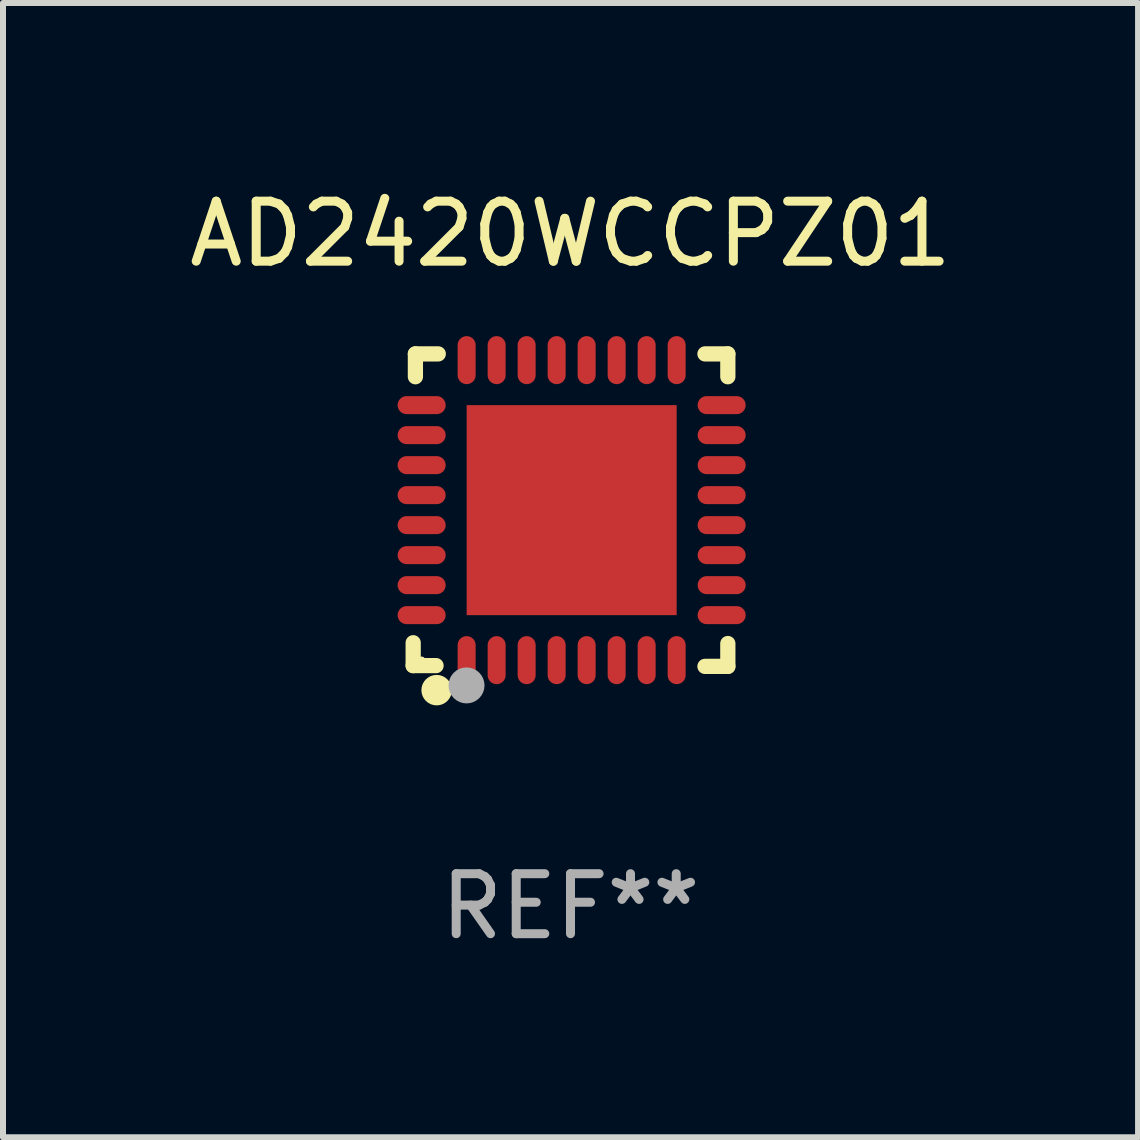
<source format=kicad_pcb>
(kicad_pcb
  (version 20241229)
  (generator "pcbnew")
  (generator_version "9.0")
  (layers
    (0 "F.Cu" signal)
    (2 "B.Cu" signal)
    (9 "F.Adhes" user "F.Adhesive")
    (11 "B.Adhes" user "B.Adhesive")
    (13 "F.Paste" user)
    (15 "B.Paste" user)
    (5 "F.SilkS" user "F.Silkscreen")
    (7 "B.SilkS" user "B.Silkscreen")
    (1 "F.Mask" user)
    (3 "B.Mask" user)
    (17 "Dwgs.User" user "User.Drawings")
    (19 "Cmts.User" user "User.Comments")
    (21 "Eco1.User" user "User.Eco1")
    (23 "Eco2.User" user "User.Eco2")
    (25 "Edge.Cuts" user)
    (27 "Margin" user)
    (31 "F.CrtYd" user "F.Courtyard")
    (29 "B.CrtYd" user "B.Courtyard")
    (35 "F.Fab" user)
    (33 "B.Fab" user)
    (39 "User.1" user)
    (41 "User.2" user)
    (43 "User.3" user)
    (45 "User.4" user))
  (footprint "AD2420WCCPZ01"
    (layer "F.Cu")
    (at 6.458 5.452)
    (property "Reference" "AD2420WCCPZ01" (at 0 -4.604 0) (layer "F.SilkS") (effects (font (size 1 1) (thickness 0.15))))
    (attr through_hole)
    (fp_line (start -2.622 2.21) (end -2.622 2.591) (stroke (width 0.254) (type solid)) (layer "F.SilkS"))
    (fp_line (start -2.622 2.591) (end -2.241 2.591) (stroke (width 0.254) (type solid)) (layer "F.SilkS"))
    (fp_line (start -2.585 -2.604) (end -2.585 -2.223) (stroke (width 0.254) (type solid)) (layer "F.SilkS"))
    (fp_line (start -2.204 -2.604) (end -2.585 -2.604) (stroke (width 0.254) (type solid)) (layer "F.SilkS"))
    (fp_line (start 2.241 2.604) (end 2.622 2.604) (stroke (width 0.254) (type solid)) (layer "F.SilkS"))
    (fp_line (start 2.622 -2.604) (end 2.241 -2.604) (stroke (width 0.254) (type solid)) (layer "F.SilkS"))
    (fp_line (start 2.622 -2.223) (end 2.622 -2.604) (stroke (width 0.254) (type solid)) (layer "F.SilkS"))
    (fp_line (start 2.622 2.604) (end 2.622 2.223) (stroke (width 0.254) (type solid)) (layer "F.SilkS"))
    (fp_circle (center -2.481 2.5) (end -2.451 2.5) (stroke (width 0.06) (type solid)) (fill no) (layer "F.SilkS"))
    (fp_circle (center -2.231 3) (end -2.104 3) (stroke (width 0.254) (type solid)) (fill no) (layer "F.SilkS"))
    (fp_circle (center -1.733 2.921) (end -1.583 2.921) (stroke (width 0.3) (type solid)) (fill no) (layer "F.Fab"))
    (fp_text user "REF**" (at 0 6.604 0) (layer "F.Fab") (effects (font (size 1 1) (thickness 0.15))))
    (pad "1" smd oval (at -1.731 2.5 90) (size 0.8 0.3) (layers "F.Cu" "F.Mask" "F.Paste"))
    (pad "2" smd oval (at -1.231 2.5 90) (size 0.8 0.3) (layers "F.Cu" "F.Mask" "F.Paste"))
    (pad "3" smd oval (at -0.731 2.5 90) (size 0.8 0.3) (layers "F.Cu" "F.Mask" "F.Paste"))
    (pad "4" smd oval (at -0.231 2.5 90) (size 0.8 0.3) (layers "F.Cu" "F.Mask" "F.Paste"))
    (pad "5" smd oval (at 0.269 2.5 90) (size 0.8 0.3) (layers "F.Cu" "F.Mask" "F.Paste"))
    (pad "6" smd oval (at 0.769 2.5 90) (size 0.8 0.3) (layers "F.Cu" "F.Mask" "F.Paste"))
    (pad "7" smd oval (at 1.269 2.5 90) (size 0.8 0.3) (layers "F.Cu" "F.Mask" "F.Paste"))
    (pad "8" smd oval (at 1.769 2.5 90) (size 0.8 0.3) (layers "F.Cu" "F.Mask" "F.Paste"))
    (pad "9" smd oval (at 2.519 1.75 180) (size 0.8 0.3) (layers "F.Cu" "F.Mask" "F.Paste"))
    (pad "10" smd oval (at 2.519 1.25 180) (size 0.8 0.3) (layers "F.Cu" "F.Mask" "F.Paste"))
    (pad "11" smd oval (at 2.519 0.75 180) (size 0.8 0.3) (layers "F.Cu" "F.Mask" "F.Paste"))
    (pad "12" smd oval (at 2.519 0.25 180) (size 0.8 0.3) (layers "F.Cu" "F.Mask" "F.Paste"))
    (pad "13" smd oval (at 2.519 -0.25 180) (size 0.8 0.3) (layers "F.Cu" "F.Mask" "F.Paste"))
    (pad "14" smd oval (at 2.519 -0.75 180) (size 0.8 0.3) (layers "F.Cu" "F.Mask" "F.Paste"))
    (pad "15" smd oval (at 2.519 -1.25 180) (size 0.8 0.3) (layers "F.Cu" "F.Mask" "F.Paste"))
    (pad "16" smd oval (at 2.519 -1.75 180) (size 0.8 0.3) (layers "F.Cu" "F.Mask" "F.Paste"))
    (pad "17" smd oval (at 1.769 -2.5 270) (size 0.8 0.3) (layers "F.Cu" "F.Mask" "F.Paste"))
    (pad "18" smd oval (at 1.269 -2.5 270) (size 0.8 0.3) (layers "F.Cu" "F.Mask" "F.Paste"))
    (pad "19" smd oval (at 0.769 -2.5 270) (size 0.8 0.3) (layers "F.Cu" "F.Mask" "F.Paste"))
    (pad "20" smd oval (at 0.269 -2.5 270) (size 0.8 0.3) (layers "F.Cu" "F.Mask" "F.Paste"))
    (pad "21" smd oval (at -0.231 -2.5 270) (size 0.8 0.3) (layers "F.Cu" "F.Mask" "F.Paste"))
    (pad "22" smd oval (at -0.731 -2.5 270) (size 0.8 0.3) (layers "F.Cu" "F.Mask" "F.Paste"))
    (pad "23" smd oval (at -1.231 -2.5 270) (size 0.8 0.3) (layers "F.Cu" "F.Mask" "F.Paste"))
    (pad "24" smd oval (at -1.731 -2.5 270) (size 0.8 0.3) (layers "F.Cu" "F.Mask" "F.Paste"))
    (pad "25" smd oval (at -2.481 -1.75) (size 0.8 0.3) (layers "F.Cu" "F.Mask" "F.Paste"))
    (pad "26" smd oval (at -2.481 -1.25) (size 0.8 0.3) (layers "F.Cu" "F.Mask" "F.Paste"))
    (pad "27" smd oval (at -2.481 -0.75) (size 0.8 0.3) (layers "F.Cu" "F.Mask" "F.Paste"))
    (pad "28" smd oval (at -2.481 -0.25) (size 0.8 0.3) (layers "F.Cu" "F.Mask" "F.Paste"))
    (pad "29" smd oval (at -2.481 0.25) (size 0.8 0.3) (layers "F.Cu" "F.Mask" "F.Paste"))
    (pad "30" smd oval (at -2.481 0.75) (size 0.8 0.3) (layers "F.Cu" "F.Mask" "F.Paste"))
    (pad "31" smd oval (at -2.481 1.25) (size 0.8 0.3) (layers "F.Cu" "F.Mask" "F.Paste"))
    (pad "32" smd oval (at -2.481 1.75) (size 0.8 0.3) (layers "F.Cu" "F.Mask" "F.Paste"))
    (pad "33" smd rect (at 0.019 -0.000025 90) (size 3.5 3.5) (layers "F.Cu" "F.Mask" "F.Paste")))
  (gr_rect
    (start -3 -3)
    (end 15.917 15.904)
    (stroke (width 0.1) (type default))
    (fill no)
    (layer "Edge.Cuts")))
</source>
